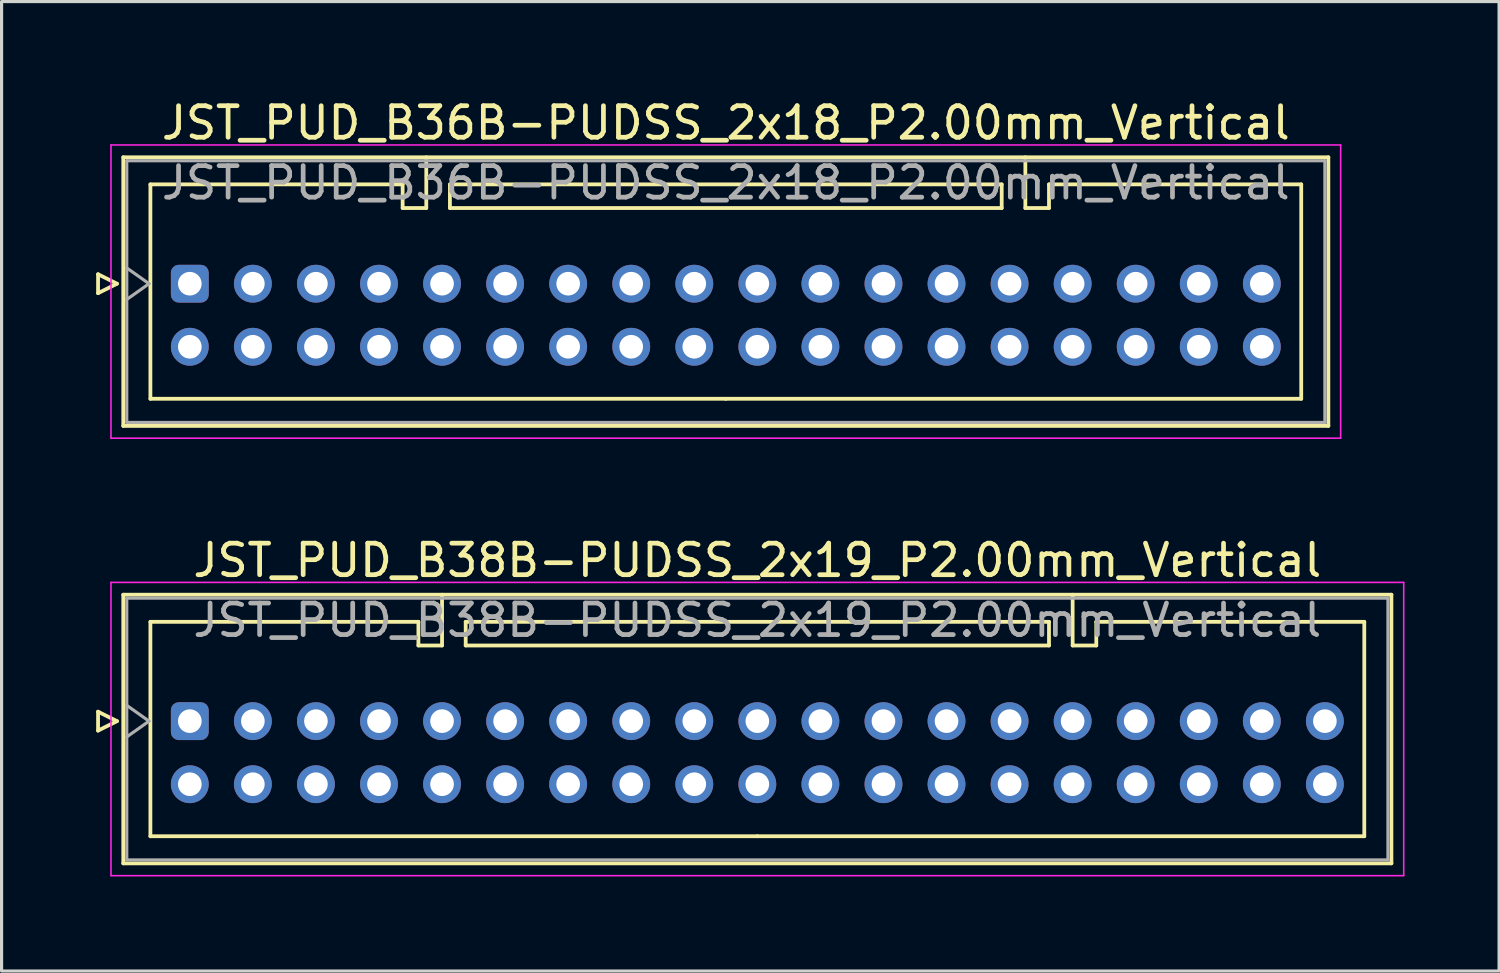
<source format=kicad_pcb>
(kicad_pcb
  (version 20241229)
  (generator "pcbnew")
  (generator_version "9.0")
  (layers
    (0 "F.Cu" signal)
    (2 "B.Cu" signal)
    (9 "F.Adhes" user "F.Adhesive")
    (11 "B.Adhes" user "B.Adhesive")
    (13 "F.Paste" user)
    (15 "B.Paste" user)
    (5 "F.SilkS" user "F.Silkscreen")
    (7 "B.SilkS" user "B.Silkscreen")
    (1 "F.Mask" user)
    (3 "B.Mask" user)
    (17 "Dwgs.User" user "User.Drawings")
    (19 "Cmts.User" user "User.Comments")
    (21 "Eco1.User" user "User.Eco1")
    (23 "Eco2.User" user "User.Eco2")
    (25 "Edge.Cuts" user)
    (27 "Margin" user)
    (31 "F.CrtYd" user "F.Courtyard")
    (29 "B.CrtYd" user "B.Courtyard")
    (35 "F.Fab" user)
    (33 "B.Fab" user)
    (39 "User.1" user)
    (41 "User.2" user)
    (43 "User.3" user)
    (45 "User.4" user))
  (footprint "JST_PUD_B38B-PUDSS_2x19_P2.00mm_Vertical"
    (layer "F.Cu")
    (at 2.97 19.822)
    (property "Reference" "JST_PUD_B38B-PUDSS_2x19_P2.00mm_Vertical" (at 18 -5.1 0) (layer "F.SilkS") (effects (font (size 1 1) (thickness 0.15))))
    (attr through_hole)
    (fp_line (start -2.91 -0.3) (end -2.31 0) (stroke (width 0.12) (type solid)) (layer "F.SilkS"))
    (fp_line (start -2.91 0.3) (end -2.91 -0.3) (stroke (width 0.12) (type solid)) (layer "F.SilkS"))
    (fp_line (start -2.31 0) (end -2.91 0.3) (stroke (width 0.12) (type solid)) (layer "F.SilkS"))
    (fp_line (start -2.11 -4.01) (end -2.11 4.51) (stroke (width 0.12) (type solid)) (layer "F.SilkS"))
    (fp_line (start -2.11 4.51) (end 38.11 4.51) (stroke (width 0.12) (type solid)) (layer "F.SilkS"))
    (fp_line (start -1.25 -3.15) (end -1.25 3.65) (stroke (width 0.12) (type solid)) (layer "F.SilkS"))
    (fp_line (start -1.25 3.65) (end 18 3.65) (stroke (width 0.12) (type solid)) (layer "F.SilkS"))
    (fp_line (start 7.25 -3.15) (end -1.25 -3.15) (stroke (width 0.12) (type solid)) (layer "F.SilkS"))
    (fp_line (start 7.25 -2.4) (end 7.25 -3.15) (stroke (width 0.12) (type solid)) (layer "F.SilkS"))
    (fp_line (start 8 -4.01) (end 8 -2.4) (stroke (width 0.12) (type solid)) (layer "F.SilkS"))
    (fp_line (start 8 -2.4) (end 7.25 -2.4) (stroke (width 0.12) (type solid)) (layer "F.SilkS"))
    (fp_line (start 8.75 -3.15) (end 8.75 -2.4) (stroke (width 0.12) (type solid)) (layer "F.SilkS"))
    (fp_line (start 8.75 -2.4) (end 27.25 -2.4) (stroke (width 0.12) (type solid)) (layer "F.SilkS"))
    (fp_line (start 27.25 -3.15) (end 8.75 -3.15) (stroke (width 0.12) (type solid)) (layer "F.SilkS"))
    (fp_line (start 27.25 -2.4) (end 27.25 -3.15) (stroke (width 0.12) (type solid)) (layer "F.SilkS"))
    (fp_line (start 28 -4.01) (end 28 -2.4) (stroke (width 0.12) (type solid)) (layer "F.SilkS"))
    (fp_line (start 28 -2.4) (end 28.75 -2.4) (stroke (width 0.12) (type solid)) (layer "F.SilkS"))
    (fp_line (start 28.75 -3.15) (end 37.25 -3.15) (stroke (width 0.12) (type solid)) (layer "F.SilkS"))
    (fp_line (start 28.75 -2.4) (end 28.75 -3.15) (stroke (width 0.12) (type solid)) (layer "F.SilkS"))
    (fp_line (start 37.25 -3.15) (end 37.25 3.65) (stroke (width 0.12) (type solid)) (layer "F.SilkS"))
    (fp_line (start 37.25 3.65) (end 18 3.65) (stroke (width 0.12) (type solid)) (layer "F.SilkS"))
    (fp_line (start 38.11 -4.01) (end -2.11 -4.01) (stroke (width 0.12) (type solid)) (layer "F.SilkS"))
    (fp_line (start 38.11 4.51) (end 38.11 -4.01) (stroke (width 0.12) (type solid)) (layer "F.SilkS"))
    (fp_line (start -2.5 -4.4) (end -2.5 4.9) (stroke (width 0.05) (type solid)) (layer "F.CrtYd"))
    (fp_line (start -2.5 4.9) (end 38.5 4.9) (stroke (width 0.05) (type solid)) (layer "F.CrtYd"))
    (fp_line (start 38.5 -4.4) (end -2.5 -4.4) (stroke (width 0.05) (type solid)) (layer "F.CrtYd"))
    (fp_line (start 38.5 4.9) (end 38.5 -4.4) (stroke (width 0.05) (type solid)) (layer "F.CrtYd"))
    (fp_line (start -2 -3.9) (end -2 4.4) (stroke (width 0.1) (type solid)) (layer "F.Fab"))
    (fp_line (start -2 0.5) (end -1.293 0) (stroke (width 0.1) (type solid)) (layer "F.Fab"))
    (fp_line (start -2 4.4) (end 38 4.4) (stroke (width 0.1) (type solid)) (layer "F.Fab"))
    (fp_line (start -1.293 0) (end -2 -0.5) (stroke (width 0.1) (type solid)) (layer "F.Fab"))
    (fp_line (start 38 -3.9) (end -2 -3.9) (stroke (width 0.1) (type solid)) (layer "F.Fab"))
    (fp_line (start 38 4.4) (end 38 -3.9) (stroke (width 0.1) (type solid)) (layer "F.Fab"))
    (fp_text user "${REFERENCE}" (at 18 -3.2 0) (layer "F.Fab") (effects (font (size 1 1) (thickness 0.15))))
    (pad "1" thru_hole roundrect (at 0 0) (size 1.2 1.2) (drill 0.75) (layers "*.Cu" "*.Mask") (roundrect_rratio 0.208))
    (pad "2" thru_hole circle (at 0 2) (size 1.2 1.2) (drill 0.75) (layers "*.Cu" "*.Mask"))
    (pad "3" thru_hole circle (at 2 0) (size 1.2 1.2) (drill 0.75) (layers "*.Cu" "*.Mask"))
    (pad "4" thru_hole circle (at 2 2) (size 1.2 1.2) (drill 0.75) (layers "*.Cu" "*.Mask"))
    (pad "5" thru_hole circle (at 4 0) (size 1.2 1.2) (drill 0.75) (layers "*.Cu" "*.Mask"))
    (pad "6" thru_hole circle (at 4 2) (size 1.2 1.2) (drill 0.75) (layers "*.Cu" "*.Mask"))
    (pad "7" thru_hole circle (at 6 0) (size 1.2 1.2) (drill 0.75) (layers "*.Cu" "*.Mask"))
    (pad "8" thru_hole circle (at 6 2) (size 1.2 1.2) (drill 0.75) (layers "*.Cu" "*.Mask"))
    (pad "9" thru_hole circle (at 8 0) (size 1.2 1.2) (drill 0.75) (layers "*.Cu" "*.Mask"))
    (pad "10" thru_hole circle (at 8 2) (size 1.2 1.2) (drill 0.75) (layers "*.Cu" "*.Mask"))
    (pad "11" thru_hole circle (at 10 0) (size 1.2 1.2) (drill 0.75) (layers "*.Cu" "*.Mask"))
    (pad "12" thru_hole circle (at 10 2) (size 1.2 1.2) (drill 0.75) (layers "*.Cu" "*.Mask"))
    (pad "13" thru_hole circle (at 12 0) (size 1.2 1.2) (drill 0.75) (layers "*.Cu" "*.Mask"))
    (pad "14" thru_hole circle (at 12 2) (size 1.2 1.2) (drill 0.75) (layers "*.Cu" "*.Mask"))
    (pad "15" thru_hole circle (at 14 0) (size 1.2 1.2) (drill 0.75) (layers "*.Cu" "*.Mask"))
    (pad "16" thru_hole circle (at 14 2) (size 1.2 1.2) (drill 0.75) (layers "*.Cu" "*.Mask"))
    (pad "17" thru_hole circle (at 16 0) (size 1.2 1.2) (drill 0.75) (layers "*.Cu" "*.Mask"))
    (pad "18" thru_hole circle (at 16 2) (size 1.2 1.2) (drill 0.75) (layers "*.Cu" "*.Mask"))
    (pad "19" thru_hole circle (at 18 0) (size 1.2 1.2) (drill 0.75) (layers "*.Cu" "*.Mask"))
    (pad "20" thru_hole circle (at 18 2) (size 1.2 1.2) (drill 0.75) (layers "*.Cu" "*.Mask"))
    (pad "21" thru_hole circle (at 20 0) (size 1.2 1.2) (drill 0.75) (layers "*.Cu" "*.Mask"))
    (pad "22" thru_hole circle (at 20 2) (size 1.2 1.2) (drill 0.75) (layers "*.Cu" "*.Mask"))
    (pad "23" thru_hole circle (at 22 0) (size 1.2 1.2) (drill 0.75) (layers "*.Cu" "*.Mask"))
    (pad "24" thru_hole circle (at 22 2) (size 1.2 1.2) (drill 0.75) (layers "*.Cu" "*.Mask"))
    (pad "25" thru_hole circle (at 24 0) (size 1.2 1.2) (drill 0.75) (layers "*.Cu" "*.Mask"))
    (pad "26" thru_hole circle (at 24 2) (size 1.2 1.2) (drill 0.75) (layers "*.Cu" "*.Mask"))
    (pad "27" thru_hole circle (at 26 0) (size 1.2 1.2) (drill 0.75) (layers "*.Cu" "*.Mask"))
    (pad "28" thru_hole circle (at 26 2) (size 1.2 1.2) (drill 0.75) (layers "*.Cu" "*.Mask"))
    (pad "29" thru_hole circle (at 28 0) (size 1.2 1.2) (drill 0.75) (layers "*.Cu" "*.Mask"))
    (pad "30" thru_hole circle (at 28 2) (size 1.2 1.2) (drill 0.75) (layers "*.Cu" "*.Mask"))
    (pad "31" thru_hole circle (at 30 0) (size 1.2 1.2) (drill 0.75) (layers "*.Cu" "*.Mask"))
    (pad "32" thru_hole circle (at 30 2) (size 1.2 1.2) (drill 0.75) (layers "*.Cu" "*.Mask"))
    (pad "33" thru_hole circle (at 32 0) (size 1.2 1.2) (drill 0.75) (layers "*.Cu" "*.Mask"))
    (pad "34" thru_hole circle (at 32 2) (size 1.2 1.2) (drill 0.75) (layers "*.Cu" "*.Mask"))
    (pad "35" thru_hole circle (at 34 0) (size 1.2 1.2) (drill 0.75) (layers "*.Cu" "*.Mask"))
    (pad "36" thru_hole circle (at 34 2) (size 1.2 1.2) (drill 0.75) (layers "*.Cu" "*.Mask"))
    (pad "37" thru_hole circle (at 36 0) (size 1.2 1.2) (drill 0.75) (layers "*.Cu" "*.Mask"))
    (pad "38" thru_hole circle (at 36 2) (size 1.2 1.2) (drill 0.75) (layers "*.Cu" "*.Mask")))
  (footprint "JST_PUD_B36B-PUDSS_2x18_P2.00mm_Vertical"
    (layer "F.Cu")
    (at 2.97 5.948)
    (property "Reference" "JST_PUD_B36B-PUDSS_2x18_P2.00mm_Vertical" (at 17 -5.1 0) (layer "F.SilkS") (effects (font (size 1 1) (thickness 0.15))))
    (attr through_hole)
    (fp_line (start -2.91 -0.3) (end -2.31 0) (stroke (width 0.12) (type solid)) (layer "F.SilkS"))
    (fp_line (start -2.91 0.3) (end -2.91 -0.3) (stroke (width 0.12) (type solid)) (layer "F.SilkS"))
    (fp_line (start -2.31 0) (end -2.91 0.3) (stroke (width 0.12) (type solid)) (layer "F.SilkS"))
    (fp_line (start -2.11 -4.01) (end -2.11 4.51) (stroke (width 0.12) (type solid)) (layer "F.SilkS"))
    (fp_line (start -2.11 4.51) (end 36.11 4.51) (stroke (width 0.12) (type solid)) (layer "F.SilkS"))
    (fp_line (start -1.25 -3.15) (end -1.25 3.65) (stroke (width 0.12) (type solid)) (layer "F.SilkS"))
    (fp_line (start -1.25 3.65) (end 17 3.65) (stroke (width 0.12) (type solid)) (layer "F.SilkS"))
    (fp_line (start 6.75 -3.15) (end -1.25 -3.15) (stroke (width 0.12) (type solid)) (layer "F.SilkS"))
    (fp_line (start 6.75 -2.4) (end 6.75 -3.15) (stroke (width 0.12) (type solid)) (layer "F.SilkS"))
    (fp_line (start 7.5 -4.01) (end 7.5 -2.4) (stroke (width 0.12) (type solid)) (layer "F.SilkS"))
    (fp_line (start 7.5 -2.4) (end 6.75 -2.4) (stroke (width 0.12) (type solid)) (layer "F.SilkS"))
    (fp_line (start 8.25 -3.15) (end 8.25 -2.4) (stroke (width 0.12) (type solid)) (layer "F.SilkS"))
    (fp_line (start 8.25 -2.4) (end 25.75 -2.4) (stroke (width 0.12) (type solid)) (layer "F.SilkS"))
    (fp_line (start 25.75 -3.15) (end 8.25 -3.15) (stroke (width 0.12) (type solid)) (layer "F.SilkS"))
    (fp_line (start 25.75 -2.4) (end 25.75 -3.15) (stroke (width 0.12) (type solid)) (layer "F.SilkS"))
    (fp_line (start 26.5 -4.01) (end 26.5 -2.4) (stroke (width 0.12) (type solid)) (layer "F.SilkS"))
    (fp_line (start 26.5 -2.4) (end 27.25 -2.4) (stroke (width 0.12) (type solid)) (layer "F.SilkS"))
    (fp_line (start 27.25 -3.15) (end 35.25 -3.15) (stroke (width 0.12) (type solid)) (layer "F.SilkS"))
    (fp_line (start 27.25 -2.4) (end 27.25 -3.15) (stroke (width 0.12) (type solid)) (layer "F.SilkS"))
    (fp_line (start 35.25 -3.15) (end 35.25 3.65) (stroke (width 0.12) (type solid)) (layer "F.SilkS"))
    (fp_line (start 35.25 3.65) (end 17 3.65) (stroke (width 0.12) (type solid)) (layer "F.SilkS"))
    (fp_line (start 36.11 -4.01) (end -2.11 -4.01) (stroke (width 0.12) (type solid)) (layer "F.SilkS"))
    (fp_line (start 36.11 4.51) (end 36.11 -4.01) (stroke (width 0.12) (type solid)) (layer "F.SilkS"))
    (fp_line (start -2.5 -4.4) (end -2.5 4.9) (stroke (width 0.05) (type solid)) (layer "F.CrtYd"))
    (fp_line (start -2.5 4.9) (end 36.5 4.9) (stroke (width 0.05) (type solid)) (layer "F.CrtYd"))
    (fp_line (start 36.5 -4.4) (end -2.5 -4.4) (stroke (width 0.05) (type solid)) (layer "F.CrtYd"))
    (fp_line (start 36.5 4.9) (end 36.5 -4.4) (stroke (width 0.05) (type solid)) (layer "F.CrtYd"))
    (fp_line (start -2 -3.9) (end -2 4.4) (stroke (width 0.1) (type solid)) (layer "F.Fab"))
    (fp_line (start -2 0.5) (end -1.293 0) (stroke (width 0.1) (type solid)) (layer "F.Fab"))
    (fp_line (start -2 4.4) (end 36 4.4) (stroke (width 0.1) (type solid)) (layer "F.Fab"))
    (fp_line (start -1.293 0) (end -2 -0.5) (stroke (width 0.1) (type solid)) (layer "F.Fab"))
    (fp_line (start 36 -3.9) (end -2 -3.9) (stroke (width 0.1) (type solid)) (layer "F.Fab"))
    (fp_line (start 36 4.4) (end 36 -3.9) (stroke (width 0.1) (type solid)) (layer "F.Fab"))
    (fp_text user "${REFERENCE}" (at 17 -3.2 0) (layer "F.Fab") (effects (font (size 1 1) (thickness 0.15))))
    (pad "1" thru_hole roundrect (at 0 0) (size 1.2 1.2) (drill 0.75) (layers "*.Cu" "*.Mask") (roundrect_rratio 0.208))
    (pad "2" thru_hole circle (at 0 2) (size 1.2 1.2) (drill 0.75) (layers "*.Cu" "*.Mask"))
    (pad "3" thru_hole circle (at 2 0) (size 1.2 1.2) (drill 0.75) (layers "*.Cu" "*.Mask"))
    (pad "4" thru_hole circle (at 2 2) (size 1.2 1.2) (drill 0.75) (layers "*.Cu" "*.Mask"))
    (pad "5" thru_hole circle (at 4 0) (size 1.2 1.2) (drill 0.75) (layers "*.Cu" "*.Mask"))
    (pad "6" thru_hole circle (at 4 2) (size 1.2 1.2) (drill 0.75) (layers "*.Cu" "*.Mask"))
    (pad "7" thru_hole circle (at 6 0) (size 1.2 1.2) (drill 0.75) (layers "*.Cu" "*.Mask"))
    (pad "8" thru_hole circle (at 6 2) (size 1.2 1.2) (drill 0.75) (layers "*.Cu" "*.Mask"))
    (pad "9" thru_hole circle (at 8 0) (size 1.2 1.2) (drill 0.75) (layers "*.Cu" "*.Mask"))
    (pad "10" thru_hole circle (at 8 2) (size 1.2 1.2) (drill 0.75) (layers "*.Cu" "*.Mask"))
    (pad "11" thru_hole circle (at 10 0) (size 1.2 1.2) (drill 0.75) (layers "*.Cu" "*.Mask"))
    (pad "12" thru_hole circle (at 10 2) (size 1.2 1.2) (drill 0.75) (layers "*.Cu" "*.Mask"))
    (pad "13" thru_hole circle (at 12 0) (size 1.2 1.2) (drill 0.75) (layers "*.Cu" "*.Mask"))
    (pad "14" thru_hole circle (at 12 2) (size 1.2 1.2) (drill 0.75) (layers "*.Cu" "*.Mask"))
    (pad "15" thru_hole circle (at 14 0) (size 1.2 1.2) (drill 0.75) (layers "*.Cu" "*.Mask"))
    (pad "16" thru_hole circle (at 14 2) (size 1.2 1.2) (drill 0.75) (layers "*.Cu" "*.Mask"))
    (pad "17" thru_hole circle (at 16 0) (size 1.2 1.2) (drill 0.75) (layers "*.Cu" "*.Mask"))
    (pad "18" thru_hole circle (at 16 2) (size 1.2 1.2) (drill 0.75) (layers "*.Cu" "*.Mask"))
    (pad "19" thru_hole circle (at 18 0) (size 1.2 1.2) (drill 0.75) (layers "*.Cu" "*.Mask"))
    (pad "20" thru_hole circle (at 18 2) (size 1.2 1.2) (drill 0.75) (layers "*.Cu" "*.Mask"))
    (pad "21" thru_hole circle (at 20 0) (size 1.2 1.2) (drill 0.75) (layers "*.Cu" "*.Mask"))
    (pad "22" thru_hole circle (at 20 2) (size 1.2 1.2) (drill 0.75) (layers "*.Cu" "*.Mask"))
    (pad "23" thru_hole circle (at 22 0) (size 1.2 1.2) (drill 0.75) (layers "*.Cu" "*.Mask"))
    (pad "24" thru_hole circle (at 22 2) (size 1.2 1.2) (drill 0.75) (layers "*.Cu" "*.Mask"))
    (pad "25" thru_hole circle (at 24 0) (size 1.2 1.2) (drill 0.75) (layers "*.Cu" "*.Mask"))
    (pad "26" thru_hole circle (at 24 2) (size 1.2 1.2) (drill 0.75) (layers "*.Cu" "*.Mask"))
    (pad "27" thru_hole circle (at 26 0) (size 1.2 1.2) (drill 0.75) (layers "*.Cu" "*.Mask"))
    (pad "28" thru_hole circle (at 26 2) (size 1.2 1.2) (drill 0.75) (layers "*.Cu" "*.Mask"))
    (pad "29" thru_hole circle (at 28 0) (size 1.2 1.2) (drill 0.75) (layers "*.Cu" "*.Mask"))
    (pad "30" thru_hole circle (at 28 2) (size 1.2 1.2) (drill 0.75) (layers "*.Cu" "*.Mask"))
    (pad "31" thru_hole circle (at 30 0) (size 1.2 1.2) (drill 0.75) (layers "*.Cu" "*.Mask"))
    (pad "32" thru_hole circle (at 30 2) (size 1.2 1.2) (drill 0.75) (layers "*.Cu" "*.Mask"))
    (pad "33" thru_hole circle (at 32 0) (size 1.2 1.2) (drill 0.75) (layers "*.Cu" "*.Mask"))
    (pad "34" thru_hole circle (at 32 2) (size 1.2 1.2) (drill 0.75) (layers "*.Cu" "*.Mask"))
    (pad "35" thru_hole circle (at 34 0) (size 1.2 1.2) (drill 0.75) (layers "*.Cu" "*.Mask"))
    (pad "36" thru_hole circle (at 34 2) (size 1.2 1.2) (drill 0.75) (layers "*.Cu" "*.Mask")))
  (gr_rect
    (start -3 -3)
    (end 44.495 27.747)
    (stroke (width 0.1) (type default))
    (fill no)
    (layer "Edge.Cuts")))
</source>
